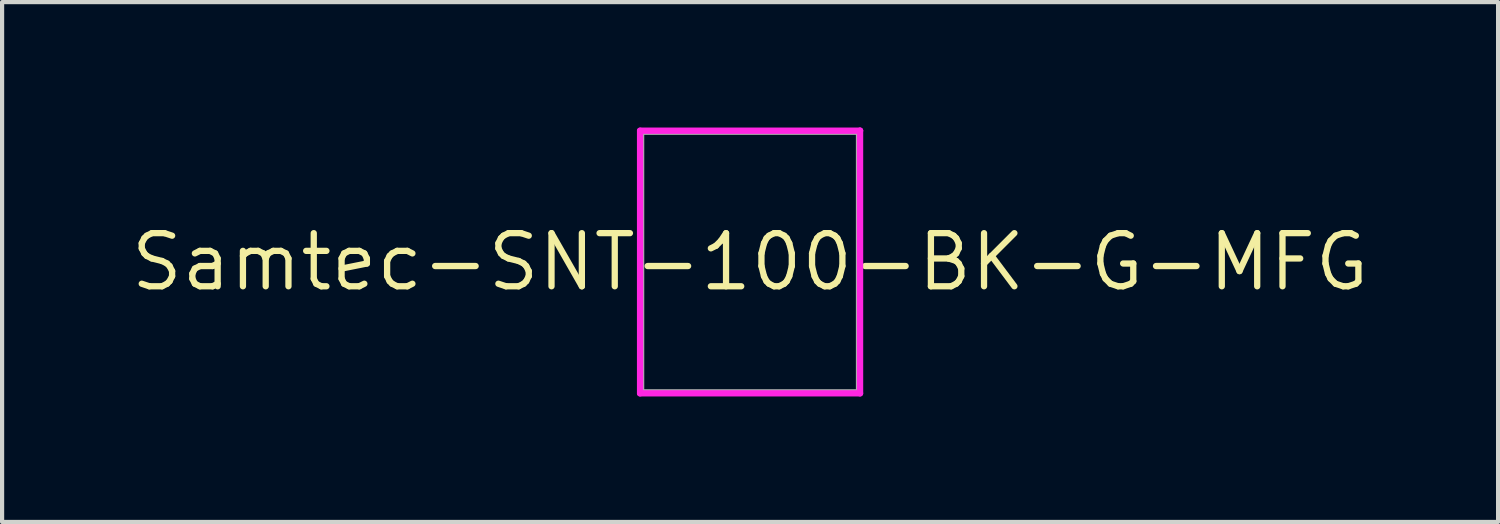
<source format=kicad_pcb>
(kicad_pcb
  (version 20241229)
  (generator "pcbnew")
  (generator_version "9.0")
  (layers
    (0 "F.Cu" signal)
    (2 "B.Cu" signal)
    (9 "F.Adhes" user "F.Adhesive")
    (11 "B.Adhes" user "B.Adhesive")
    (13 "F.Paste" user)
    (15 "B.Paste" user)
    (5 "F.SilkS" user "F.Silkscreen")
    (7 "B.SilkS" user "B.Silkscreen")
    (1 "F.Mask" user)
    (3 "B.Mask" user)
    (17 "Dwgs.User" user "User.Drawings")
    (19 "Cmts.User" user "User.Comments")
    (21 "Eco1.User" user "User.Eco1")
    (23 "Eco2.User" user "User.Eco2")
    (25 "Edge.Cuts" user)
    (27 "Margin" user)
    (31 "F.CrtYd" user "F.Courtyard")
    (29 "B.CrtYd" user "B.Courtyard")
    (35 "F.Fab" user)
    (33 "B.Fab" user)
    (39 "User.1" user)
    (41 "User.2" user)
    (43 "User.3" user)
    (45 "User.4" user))
  (footprint "Samtec-SNT-100-BK-G-MFG"
    (layer "F.Cu")
    (at 14.884 3.215)
    (property "Reference" "Samtec-SNT-100-BK-G-MFG" (at 0 0 0) (layer "F.SilkS") (effects (font (size 1.27 1.27) (thickness 0.15))))
    (attr through_hole)
    (fp_line (start -2.63 -3.14) (end -2.63 3.14) (stroke (width 0.15) (type solid)) (layer "F.CrtYd"))
    (fp_line (start -2.63 3.14) (end 2.63 3.14) (stroke (width 0.15) (type solid)) (layer "F.CrtYd"))
    (fp_line (start 2.63 -3.14) (end -2.63 -3.14) (stroke (width 0.15) (type solid)) (layer "F.CrtYd"))
    (fp_line (start 2.63 -3.14) (end 2.63 -3.14) (stroke (width 0.15) (type solid)) (layer "F.CrtYd"))
    (fp_line (start 2.63 3.14) (end 2.63 -3.14) (stroke (width 0.15) (type solid)) (layer "F.CrtYd"))
    (fp_line (start -2.605 -3.115) (end 2.605 -3.115) (stroke (width 0.15) (type solid)) (layer "F.Fab"))
    (fp_line (start -2.605 3.115) (end -2.605 -3.115) (stroke (width 0.15) (type solid)) (layer "F.Fab"))
    (fp_line (start 2.605 -3.115) (end 2.605 3.115) (stroke (width 0.15) (type solid)) (layer "F.Fab"))
    (fp_line (start 2.605 3.115) (end -2.605 3.115) (stroke (width 0.15) (type solid)) (layer "F.Fab")))
  (gr_rect
    (start -3 -3)
    (end 32.769 9.43)
    (stroke (width 0.1) (type default))
    (fill no)
    (layer "Edge.Cuts")))
</source>
